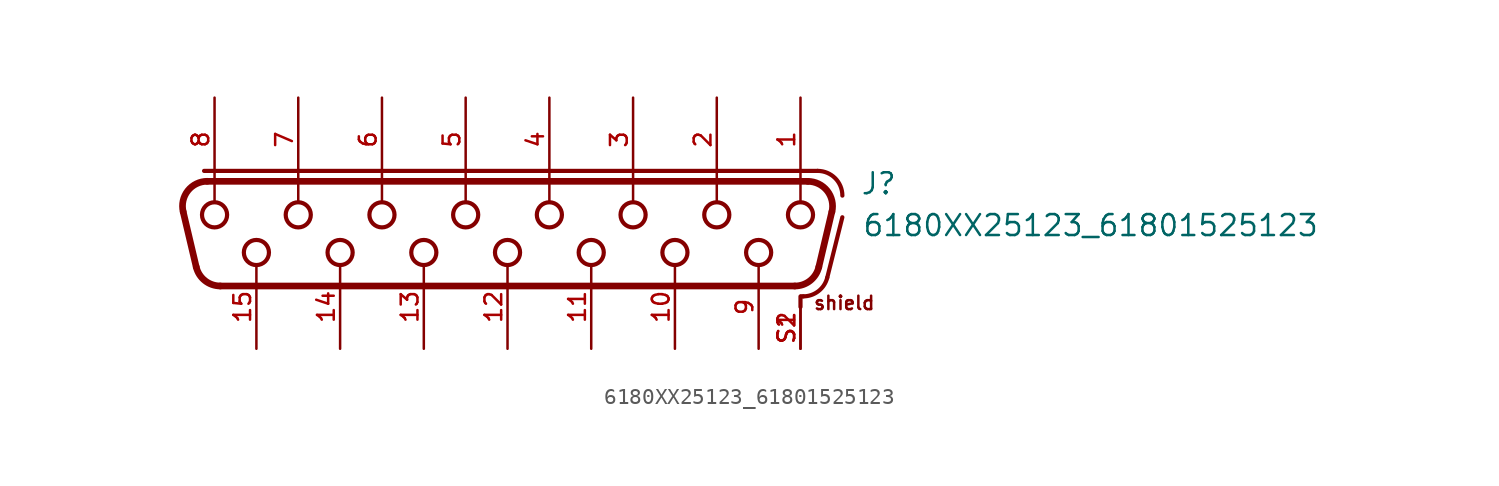
<source format=kicad_sym>
(kicad_symbol_lib
  (version 20211014)
  (generator kicad_symbol_editor)
  (symbol "6180XX25123_61801525123"
    (pin_names
      (offset 1.016))
    (property "Reference" "J"
      (at 21.4 1.66 0)
      (effects (font (size 1.27 1.27)) (justify bottom left)))
    (property "Value" "6180XX25123_61801525123"
      (at 21.5 -0.88 0)
      (effects (font (size 1.27 1.27)) (justify bottom left)))
    (symbol "6180XX25123_61801525123_0_0"
      (polyline (pts (xy -18.224 2.54) (xy 18.224 2.54)) (stroke (width 0.406)))
      (arc (start 19.6842125 0.695165625) (mid 19.3983 1.9738) (end 18.2243875 2.54) (stroke (width 0.4064) (type default) (color 0 0 0 0)) (fill (type none)))
      (polyline (pts (xy 19.684 0.695) (xy 18.893 -2.655)) (stroke (width 0.406)))
      (arc (start 17.43305 -3.81) (mid 18.3608 -3.4886) (end 18.892871875 -2.65484375) (stroke (width 0.4064) (type default) (color 0 0 0 0)) (fill (type none)))
      (polyline (pts (xy 17.433 -3.81) (xy -17.433 -3.81)) (stroke (width 0.406)))
      (arc (start -19.6842125 0.695165625) (mid -19.3983 1.9738) (end -18.2243875 2.54) (stroke (width 0.4064) (type default) (color 0 0 0 0)) (fill (type none)))
      (arc (start -18.892871875 -2.65484375) (mid -18.3668 -3.4839) (end -17.43305 -3.81) (stroke (width 0.4064) (type default) (color 0 0 0 0)) (fill (type none)))
      (polyline (pts (xy -18.893 -2.655) (xy -19.684 0.695)) (stroke (width 0.406)))
      (polyline (pts (xy -18.415 3.175) (xy 18.82 3.175)) (stroke (width 0.254)))
      (arc (start 20.32 1.675) (mid 19.8807 2.7357) (end 18.82 3.175) (stroke (width 0.254) (type default) (color 0 0 0 0)) (fill (type none)))
      (polyline (pts (xy 17.78 -4.445) (xy 17.78 -5.08)) (stroke (width 0.254)))
      (polyline (pts (xy 17.82 -4.44) (xy 17.949 -4.44)) (stroke (width 0.254)))
      (arc (start 19.40405 -3.3038) (mid 18.8723 -4.122) (end 17.948834375 -4.44) (stroke (width 0.254) (type default) (color 0 0 0 0)) (fill (type none)))
      (polyline (pts (xy 19.404 -3.304) (xy 20.32 0.36)) (stroke (width 0.254)))
      (polyline (pts (xy -17.78 2.58) (xy -17.78 1.3)) (stroke (width 0.152)))
      (polyline (pts (xy 2.54 2.58) (xy 2.54 1.3)) (stroke (width 0.152)))
      (polyline (pts (xy 7.62 2.58) (xy 7.62 1.3)) (stroke (width 0.152)))
      (polyline (pts (xy 12.7 2.58) (xy 12.7 1.3)) (stroke (width 0.152)))
      (polyline (pts (xy 17.78 2.58) (xy 17.78 1.3)) (stroke (width 0.152)))
      (polyline (pts (xy -12.7 2.58) (xy -12.7 1.3)) (stroke (width 0.152)))
      (polyline (pts (xy -7.62 2.58) (xy -7.62 1.3)) (stroke (width 0.152)))
      (polyline (pts (xy -2.54 2.58) (xy -2.54 1.3)) (stroke (width 0.152)))
      (text "shield" (at 18.52 -5.32 0) (effects (font (size 0.813 0.813)) (justify bottom left)))
      (circle (center 17.78 0.508) (radius 0.762) (stroke (width 0.254)) (fill (type none)))
      (circle (center 12.7 0.508) (radius 0.762) (stroke (width 0.254)) (fill (type none)))
      (circle (center 7.62 0.508) (radius 0.762) (stroke (width 0.254)) (fill (type none)))
      (circle (center 2.54 0.508) (radius 0.762) (stroke (width 0.254)) (fill (type none)))
      (circle (center -17.78 0.508) (radius 0.762) (stroke (width 0.254)) (fill (type none)))
      (circle (center 15.24 -1.778) (radius 0.762) (stroke (width 0.254)) (fill (type none)))
      (circle (center 10.16 -1.778) (radius 0.762) (stroke (width 0.254)) (fill (type none)))
      (circle (center 5.08 -1.778) (radius 0.762) (stroke (width 0.254)) (fill (type none)))
      (circle (center 0.0 -1.778) (radius 0.762) (stroke (width 0.254)) (fill (type none)))
      (circle (center -7.62 0.508) (radius 0.762) (stroke (width 0.254)) (fill (type none)))
      (circle (center -12.7 0.508) (radius 0.762) (stroke (width 0.254)) (fill (type none)))
      (circle (center -5.08 -1.778) (radius 0.762) (stroke (width 0.254)) (fill (type none)))
      (circle (center -10.16 -1.778) (radius 0.762) (stroke (width 0.254)) (fill (type none)))
      (circle (center -15.24 -1.778) (radius 0.762) (stroke (width 0.254)) (fill (type none)))
      (circle (center -2.54 0.508) (radius 0.762) (stroke (width 0.254)) (fill (type none)))
      (pin bidirectional line (at 17.78 7.62 270.0) (length 5.08) (name "~" (effects (font (size 1.016 1.016)))) (number "1" (effects (font (size 1.016 1.016)))))
      (pin bidirectional line (at 12.7 7.62 270.0) (length 5.08) (name "~" (effects (font (size 1.016 1.016)))) (number "2" (effects (font (size 1.016 1.016)))))
      (pin bidirectional line (at 7.62 7.62 270.0) (length 5.08) (name "~" (effects (font (size 1.016 1.016)))) (number "3" (effects (font (size 1.016 1.016)))))
      (pin bidirectional line (at 2.54 7.62 270.0) (length 5.08) (name "~" (effects (font (size 1.016 1.016)))) (number "4" (effects (font (size 1.016 1.016)))))
      (pin bidirectional line (at -2.54 7.62 270.0) (length 5.08) (name "~" (effects (font (size 1.016 1.016)))) (number "5" (effects (font (size 1.016 1.016)))))
      (pin bidirectional line (at -7.62 7.62 270.0) (length 5.08) (name "~" (effects (font (size 1.016 1.016)))) (number "6" (effects (font (size 1.016 1.016)))))
      (pin bidirectional line (at -12.7 7.62 270.0) (length 5.08) (name "~" (effects (font (size 1.016 1.016)))) (number "7" (effects (font (size 1.016 1.016)))))
      (pin bidirectional line (at -17.78 7.62 270.0) (length 5.08) (name "~" (effects (font (size 1.016 1.016)))) (number "8" (effects (font (size 1.016 1.016)))))
      (pin bidirectional line (at 15.24 -7.62 90.0) (length 5.08) (name "~" (effects (font (size 1.016 1.016)))) (number "9" (effects (font (size 1.016 1.016)))))
      (pin bidirectional line (at 10.16 -7.62 90.0) (length 5.08) (name "~" (effects (font (size 1.016 1.016)))) (number "10" (effects (font (size 1.016 1.016)))))
      (pin bidirectional line (at 5.08 -7.62 90.0) (length 5.08) (name "~" (effects (font (size 1.016 1.016)))) (number "11" (effects (font (size 1.016 1.016)))))
      (pin bidirectional line (at 0.0 -7.62 90.0) (length 5.08) (name "~" (effects (font (size 1.016 1.016)))) (number "12" (effects (font (size 1.016 1.016)))))
      (pin bidirectional line (at -5.08 -7.62 90.0) (length 5.08) (name "~" (effects (font (size 1.016 1.016)))) (number "13" (effects (font (size 1.016 1.016)))))
      (pin bidirectional line (at -10.16 -7.62 90.0) (length 5.08) (name "~" (effects (font (size 1.016 1.016)))) (number "14" (effects (font (size 1.016 1.016)))))
      (pin bidirectional line (at -15.24 -7.62 90.0) (length 5.08) (name "~" (effects (font (size 1.016 1.016)))) (number "15" (effects (font (size 1.016 1.016)))))
      (pin bidirectional line (at 17.78 -7.62 90.0) (length 2.54) (name "~" (effects (font (size 1.016 1.016)))) (number "S1" (effects (font (size 1.016 1.016)))))
      (pin bidirectional line (at 17.78 -7.62 90.0) (length 2.54) (name "~" (effects (font (size 1.016 1.016)))) (number "S2" (effects (font (size 1.016 1.016))))))))
</source>
